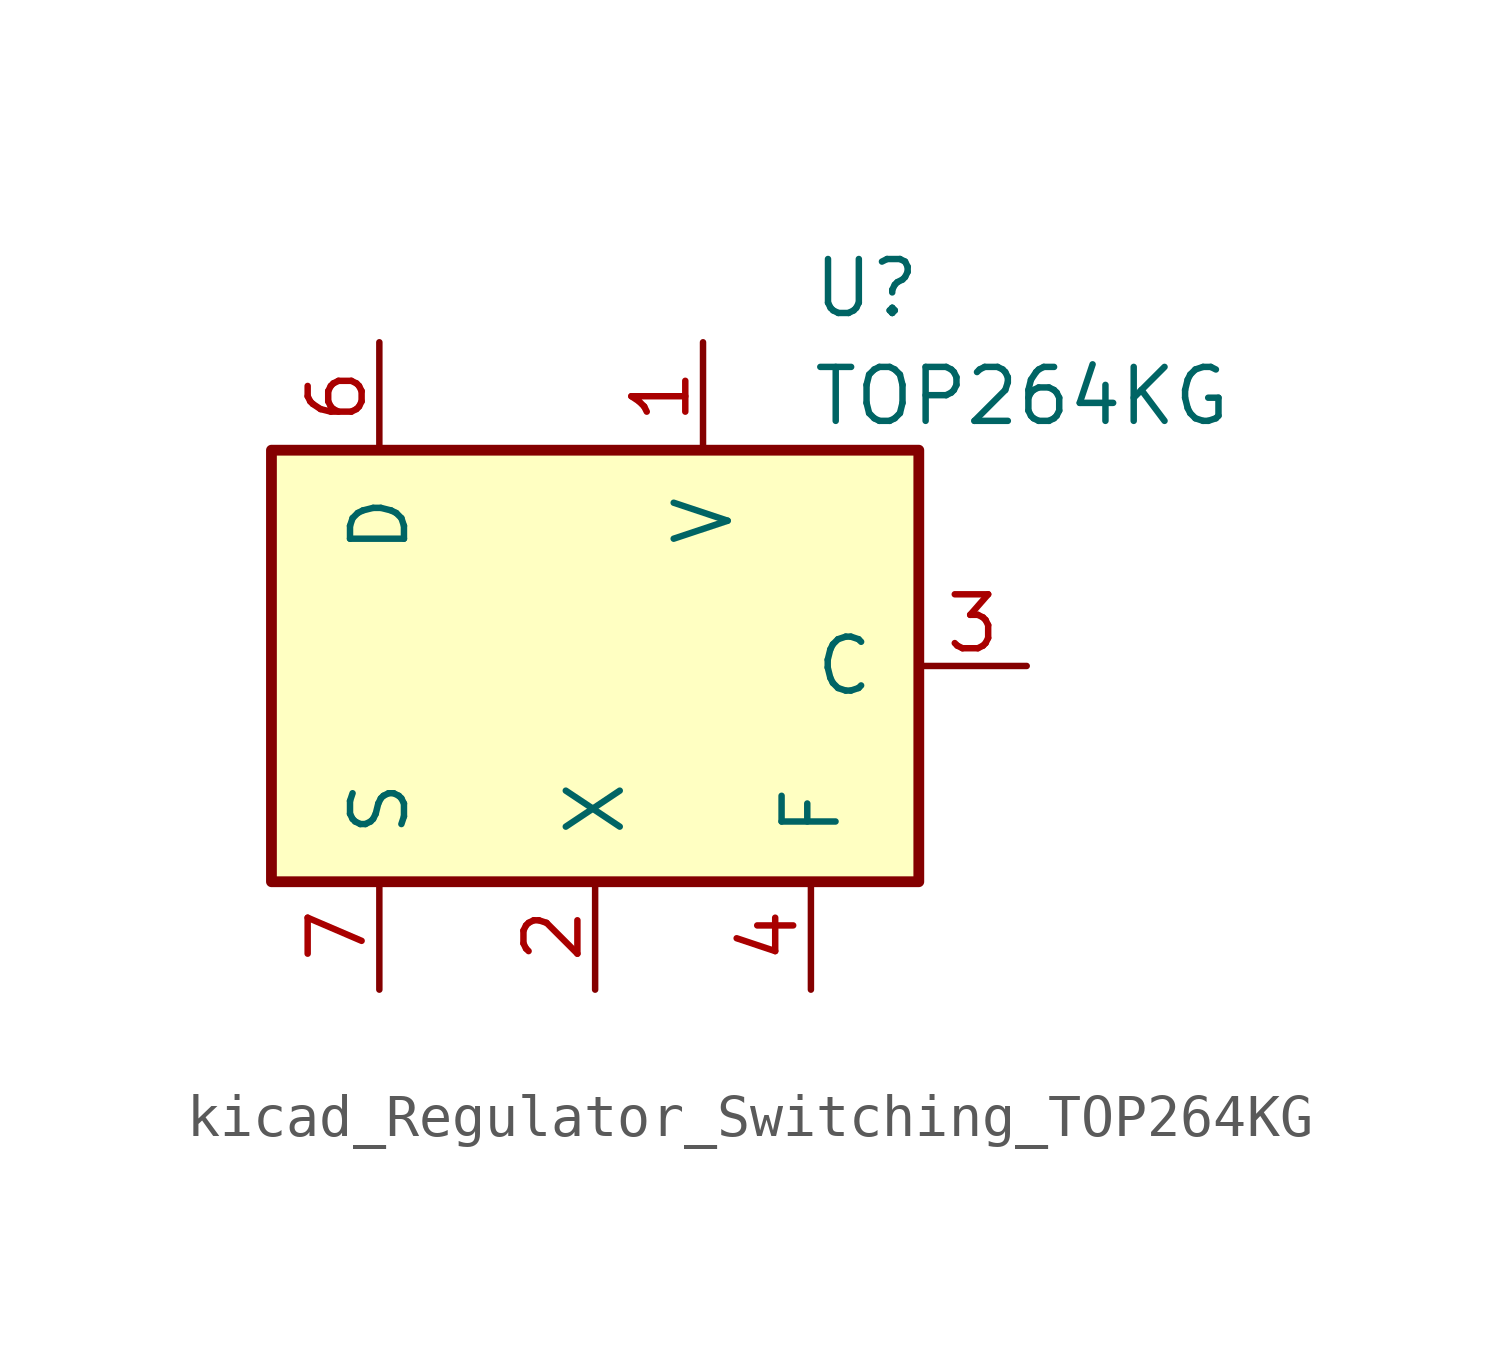
<source format=kicad_sym>
(kicad_symbol_lib
  (version 20220914)
  (generator kicad_symbol_editor)
  (symbol "kicad_Regulator_Switching_TOP264KG"
    (pin_names
      (offset 1.016))
    (property "Reference" "U"
      (at 5.08 8.89 0)
      (effects (font (size 1.27 1.27)) (justify left)))
    (property "Value" "TOP264KG"
      (at 5.08 6.35 0)
      (effects (font (size 1.27 1.27)) (justify left)))
    (symbol "kicad_Regulator_Switching_TOP264KG_0_1"
      (rectangle (start -7.62 5.08) (end 7.62 -5.08) (stroke (width 0.254) (type default)) (fill (type background))))
    (symbol "kicad_Regulator_Switching_TOP264KG_1_1"
      (pin input line (at 2.54 7.62 270) (length 2.54) (name "V" (effects (font (size 1.27 1.27)))) (number "1" (effects (font (size 1.27 1.27)))))
      (pin passive line (at -5.08 -7.62 90) (length 2.54) hide (name "S" (effects (font (size 1.27 1.27)))) (number "10" (effects (font (size 1.27 1.27)))))
      (pin passive line (at -5.08 -7.62 90) (length 2.54) hide (name "S" (effects (font (size 1.27 1.27)))) (number "11" (effects (font (size 1.27 1.27)))))
      (pin passive line (at -5.08 -7.62 90) (length 2.54) hide (name "S" (effects (font (size 1.27 1.27)))) (number "12" (effects (font (size 1.27 1.27)))))
      (pin input line (at 0 -7.62 90) (length 2.54) (name "X" (effects (font (size 1.27 1.27)))) (number "2" (effects (font (size 1.27 1.27)))))
      (pin input line (at 10.16 0 180) (length 2.54) (name "C" (effects (font (size 1.27 1.27)))) (number "3" (effects (font (size 1.27 1.27)))))
      (pin passive line (at 5.08 -7.62 90) (length 2.54) (name "F" (effects (font (size 1.27 1.27)))) (number "4" (effects (font (size 1.27 1.27)))))
      (pin open_collector line (at -5.08 7.62 270) (length 2.54) (name "D" (effects (font (size 1.27 1.27)))) (number "6" (effects (font (size 1.27 1.27)))))
      (pin power_in line (at -5.08 -7.62 90) (length 2.54) (name "S" (effects (font (size 1.27 1.27)))) (number "7" (effects (font (size 1.27 1.27)))))
      (pin passive line (at -5.08 -7.62 90) (length 2.54) hide (name "S" (effects (font (size 1.27 1.27)))) (number "8" (effects (font (size 1.27 1.27)))))
      (pin passive line (at -5.08 -7.62 90) (length 2.54) hide (name "S" (effects (font (size 1.27 1.27)))) (number "9" (effects (font (size 1.27 1.27))))))))
</source>
